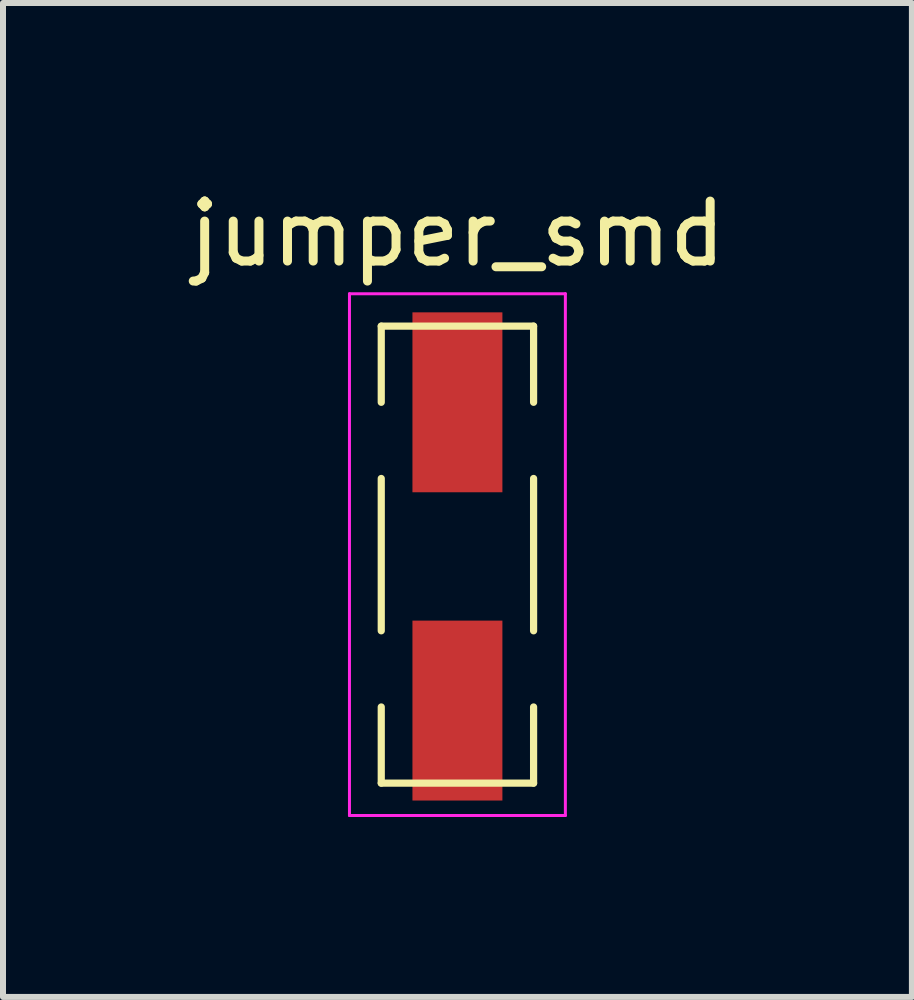
<source format=kicad_pcb>
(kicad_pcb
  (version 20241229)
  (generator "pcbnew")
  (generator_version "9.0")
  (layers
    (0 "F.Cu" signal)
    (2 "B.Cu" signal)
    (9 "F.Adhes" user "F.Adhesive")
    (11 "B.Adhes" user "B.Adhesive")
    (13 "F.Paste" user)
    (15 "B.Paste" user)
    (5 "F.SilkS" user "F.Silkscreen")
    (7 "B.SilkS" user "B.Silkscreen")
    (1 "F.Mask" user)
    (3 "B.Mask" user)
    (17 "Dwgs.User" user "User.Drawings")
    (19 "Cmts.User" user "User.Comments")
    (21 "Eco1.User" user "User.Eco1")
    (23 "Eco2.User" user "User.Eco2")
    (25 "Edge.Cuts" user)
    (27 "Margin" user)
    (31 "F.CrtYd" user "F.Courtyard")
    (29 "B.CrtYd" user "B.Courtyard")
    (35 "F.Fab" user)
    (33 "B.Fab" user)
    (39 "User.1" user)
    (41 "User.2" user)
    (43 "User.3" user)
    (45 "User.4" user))
  (footprint "jumper_smd"
    (layer "F.Cu")
    (at 4.577 6.198)
    (property "Reference" "jumper_smd" (at 0 -5.35 0) (layer "F.SilkS") (effects (font (size 1 1) (thickness 0.15))))
    (attr smd)
    (fp_line (start -1.27 -3.81) (end 1.27 -3.81) (stroke (width 0.12) (type solid)) (layer "F.SilkS"))
    (fp_line (start -1.27 -2.54) (end -1.27 -3.81) (stroke (width 0.12) (type solid)) (layer "F.SilkS"))
    (fp_line (start -1.27 1.27) (end -1.27 -1.27) (stroke (width 0.12) (type solid)) (layer "F.SilkS"))
    (fp_line (start -1.27 3.81) (end -1.27 2.54) (stroke (width 0.12) (type solid)) (layer "F.SilkS"))
    (fp_line (start 1.27 -3.81) (end 1.27 -2.54) (stroke (width 0.12) (type solid)) (layer "F.SilkS"))
    (fp_line (start 1.27 -1.27) (end 1.27 1.27) (stroke (width 0.12) (type solid)) (layer "F.SilkS"))
    (fp_line (start 1.27 2.54) (end 1.27 3.81) (stroke (width 0.12) (type solid)) (layer "F.SilkS"))
    (fp_line (start 1.27 3.81) (end -1.27 3.81) (stroke (width 0.12) (type solid)) (layer "F.SilkS"))
    (fp_line (start -1.8 -4.35) (end 1.8 -4.35) (stroke (width 0.05) (type solid)) (layer "F.CrtYd"))
    (fp_line (start -1.8 4.35) (end -1.8 -4.35) (stroke (width 0.05) (type solid)) (layer "F.CrtYd"))
    (fp_line (start 1.8 -4.35) (end 1.8 4.35) (stroke (width 0.05) (type solid)) (layer "F.CrtYd"))
    (fp_line (start 1.8 4.35) (end -1.8 4.35) (stroke (width 0.05) (type solid)) (layer "F.CrtYd"))
    (pad "1" smd rect (at 0 -2.54) (size 1.5 3) (layers "F.Cu" "F.Mask" "F.Paste"))
    (pad "2" smd rect (at 0 2.6) (size 1.5 3) (layers "F.Cu" "F.Mask" "F.Paste")))
  (gr_rect
    (start -3 -3)
    (end 12.155 13.573)
    (stroke (width 0.1) (type default))
    (fill no)
    (layer "Edge.Cuts")))
</source>
